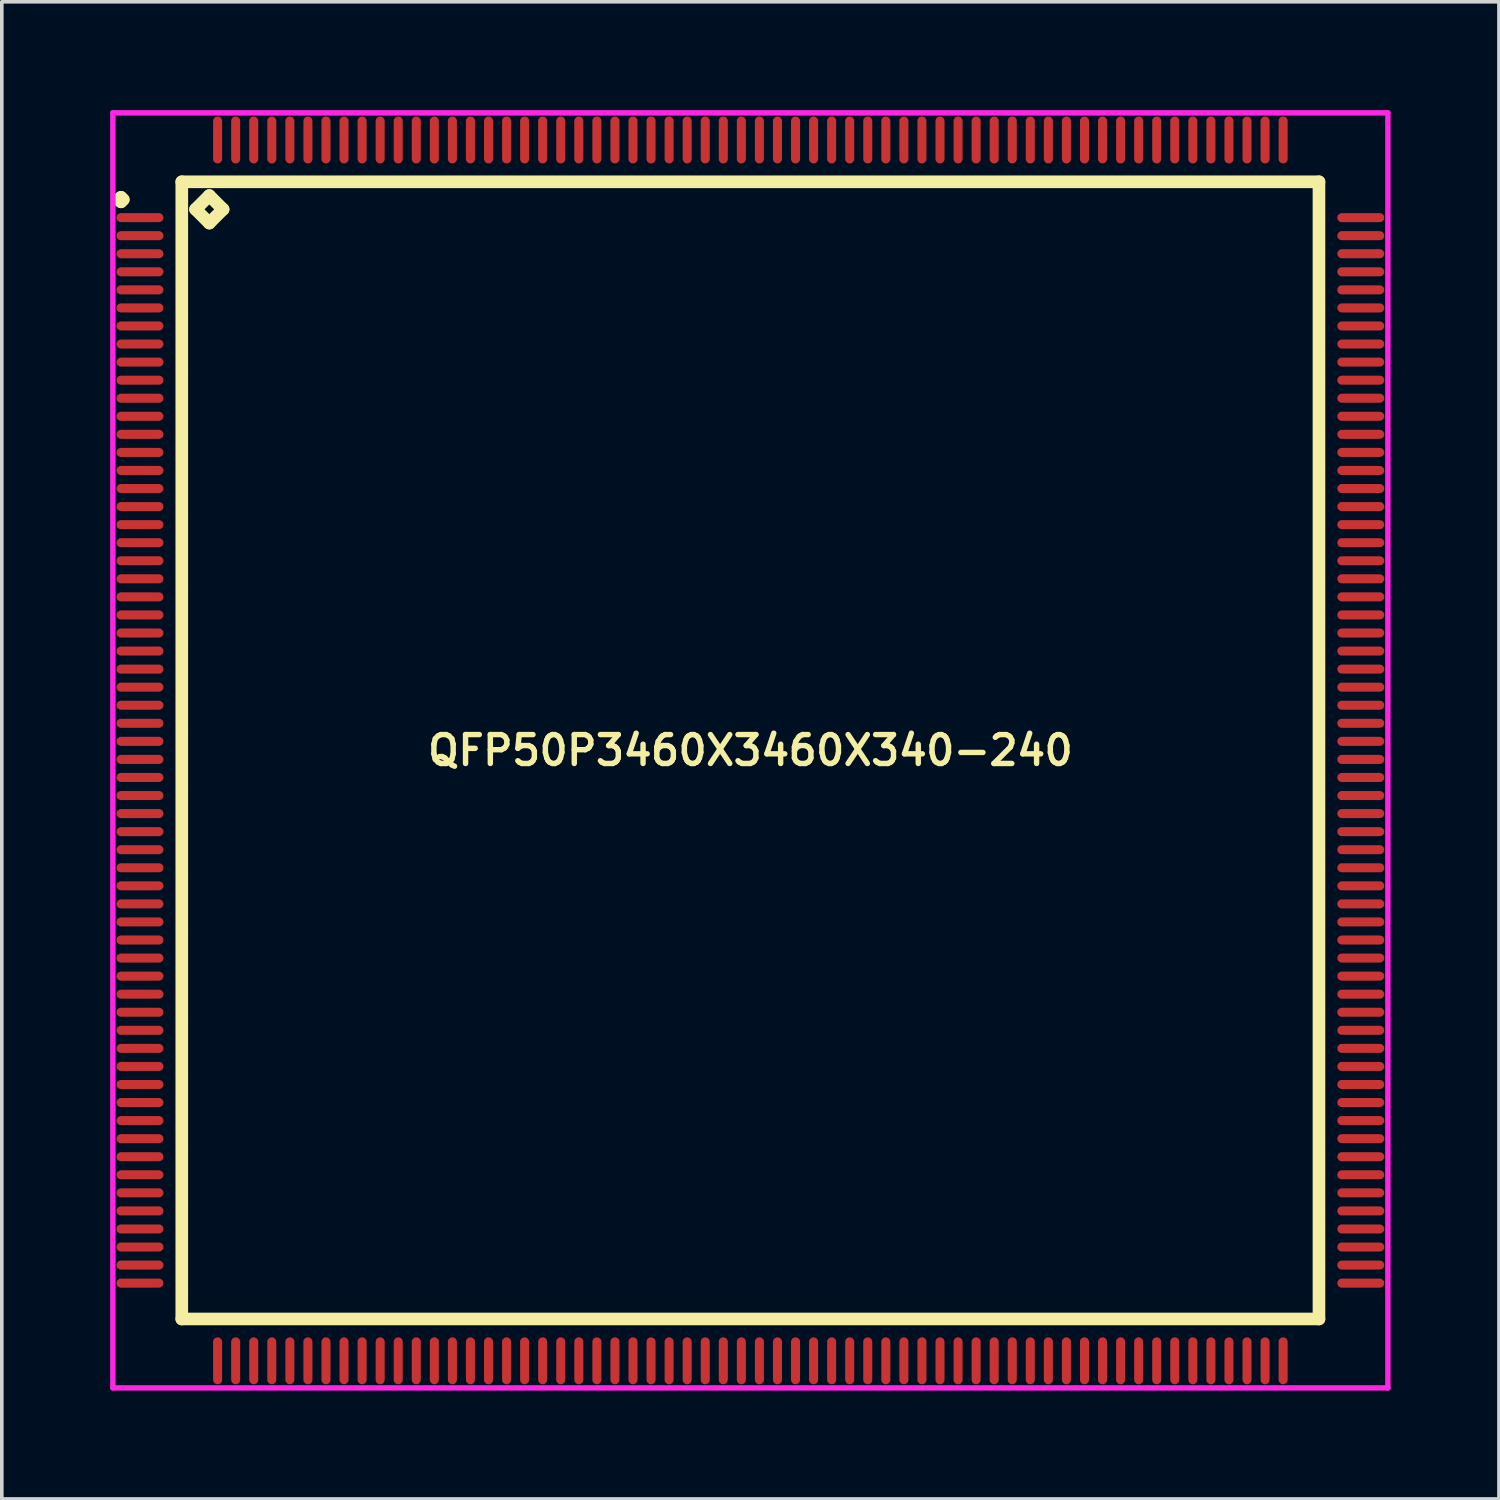
<source format=kicad_pcb>
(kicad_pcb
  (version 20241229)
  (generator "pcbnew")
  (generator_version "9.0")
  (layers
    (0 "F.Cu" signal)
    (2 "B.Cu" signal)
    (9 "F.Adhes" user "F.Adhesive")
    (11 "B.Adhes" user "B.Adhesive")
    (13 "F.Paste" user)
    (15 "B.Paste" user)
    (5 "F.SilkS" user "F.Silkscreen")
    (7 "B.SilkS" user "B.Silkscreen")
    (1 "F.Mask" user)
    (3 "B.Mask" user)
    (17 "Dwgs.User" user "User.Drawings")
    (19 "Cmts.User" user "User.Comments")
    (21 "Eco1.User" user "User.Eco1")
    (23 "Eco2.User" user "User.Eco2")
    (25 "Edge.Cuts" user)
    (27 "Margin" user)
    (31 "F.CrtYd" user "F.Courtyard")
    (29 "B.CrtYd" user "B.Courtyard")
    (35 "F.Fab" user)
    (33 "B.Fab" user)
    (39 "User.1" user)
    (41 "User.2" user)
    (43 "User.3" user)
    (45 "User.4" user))
  (footprint "QFP50P3460X3460X340-240"
    (layer "F.Cu")
    (at 17.725 17.725)
    (property "Reference" "QFP50P3460X3460X340-240" (at 0 0 0) (layer "F.SilkS") (effects (font (size 0.8 0.8) (thickness 0.15))))
    (attr smd)
    (fp_line (start -17.488 -15.25) (end -17.425 -15.312) (stroke (width 0.35) (type solid)) (layer "F.SilkS"))
    (fp_line (start -17.425 -15.312) (end -17.363 -15.25) (stroke (width 0.35) (type solid)) (layer "F.SilkS"))
    (fp_line (start -17.425 -15.188) (end -17.488 -15.25) (stroke (width 0.35) (type solid)) (layer "F.SilkS"))
    (fp_line (start -17.363 -15.25) (end -17.425 -15.188) (stroke (width 0.35) (type solid)) (layer "F.SilkS"))
    (fp_line (start -15.742 -15.742) (end -15.742 15.742) (stroke (width 0.35) (type solid)) (layer "F.SilkS"))
    (fp_line (start -15.742 15.742) (end 15.742 15.742) (stroke (width 0.35) (type solid)) (layer "F.SilkS"))
    (fp_line (start -15.361 -14.98) (end -14.98 -15.361) (stroke (width 0.35) (type solid)) (layer "F.SilkS"))
    (fp_line (start -14.98 -15.361) (end -14.599 -14.98) (stroke (width 0.35) (type solid)) (layer "F.SilkS"))
    (fp_line (start -14.98 -14.599) (end -15.361 -14.98) (stroke (width 0.35) (type solid)) (layer "F.SilkS"))
    (fp_line (start -14.599 -14.98) (end -14.98 -14.599) (stroke (width 0.35) (type solid)) (layer "F.SilkS"))
    (fp_line (start 15.742 -15.742) (end -15.742 -15.742) (stroke (width 0.35) (type solid)) (layer "F.SilkS"))
    (fp_line (start 15.742 15.742) (end 15.742 -15.742) (stroke (width 0.35) (type solid)) (layer "F.SilkS"))
    (fp_line (start -17.65 -17.65) (end 17.65 -17.65) (stroke (width 0.15) (type solid)) (layer "F.CrtYd"))
    (fp_line (start -17.65 17.65) (end -17.65 -17.65) (stroke (width 0.15) (type solid)) (layer "F.CrtYd"))
    (fp_line (start 17.65 -17.65) (end 17.65 17.65) (stroke (width 0.15) (type solid)) (layer "F.CrtYd"))
    (fp_line (start 17.65 17.65) (end -17.65 17.65) (stroke (width 0.15) (type solid)) (layer "F.CrtYd"))
    (pad "1" smd oval (at -16.9 -14.75) (size 1.3 0.25) (layers "F.Cu" "F.Mask" "F.Paste"))
    (pad "2" smd oval (at -16.9 -14.25) (size 1.3 0.25) (layers "F.Cu" "F.Mask" "F.Paste"))
    (pad "3" smd oval (at -16.9 -13.75) (size 1.3 0.25) (layers "F.Cu" "F.Mask" "F.Paste"))
    (pad "4" smd oval (at -16.9 -13.25) (size 1.3 0.25) (layers "F.Cu" "F.Mask" "F.Paste"))
    (pad "5" smd oval (at -16.9 -12.75) (size 1.3 0.25) (layers "F.Cu" "F.Mask" "F.Paste"))
    (pad "6" smd oval (at -16.9 -12.25) (size 1.3 0.25) (layers "F.Cu" "F.Mask" "F.Paste"))
    (pad "7" smd oval (at -16.9 -11.75) (size 1.3 0.25) (layers "F.Cu" "F.Mask" "F.Paste"))
    (pad "8" smd oval (at -16.9 -11.25) (size 1.3 0.25) (layers "F.Cu" "F.Mask" "F.Paste"))
    (pad "9" smd oval (at -16.9 -10.75) (size 1.3 0.25) (layers "F.Cu" "F.Mask" "F.Paste"))
    (pad "10" smd oval (at -16.9 -10.25) (size 1.3 0.25) (layers "F.Cu" "F.Mask" "F.Paste"))
    (pad "11" smd oval (at -16.9 -9.75) (size 1.3 0.25) (layers "F.Cu" "F.Mask" "F.Paste"))
    (pad "12" smd oval (at -16.9 -9.25) (size 1.3 0.25) (layers "F.Cu" "F.Mask" "F.Paste"))
    (pad "13" smd oval (at -16.9 -8.75) (size 1.3 0.25) (layers "F.Cu" "F.Mask" "F.Paste"))
    (pad "14" smd oval (at -16.9 -8.25) (size 1.3 0.25) (layers "F.Cu" "F.Mask" "F.Paste"))
    (pad "15" smd oval (at -16.9 -7.75) (size 1.3 0.25) (layers "F.Cu" "F.Mask" "F.Paste"))
    (pad "16" smd oval (at -16.9 -7.25) (size 1.3 0.25) (layers "F.Cu" "F.Mask" "F.Paste"))
    (pad "17" smd oval (at -16.9 -6.75) (size 1.3 0.25) (layers "F.Cu" "F.Mask" "F.Paste"))
    (pad "18" smd oval (at -16.9 -6.25) (size 1.3 0.25) (layers "F.Cu" "F.Mask" "F.Paste"))
    (pad "19" smd oval (at -16.9 -5.75) (size 1.3 0.25) (layers "F.Cu" "F.Mask" "F.Paste"))
    (pad "20" smd oval (at -16.9 -5.25) (size 1.3 0.25) (layers "F.Cu" "F.Mask" "F.Paste"))
    (pad "21" smd oval (at -16.9 -4.75) (size 1.3 0.25) (layers "F.Cu" "F.Mask" "F.Paste"))
    (pad "22" smd oval (at -16.9 -4.25) (size 1.3 0.25) (layers "F.Cu" "F.Mask" "F.Paste"))
    (pad "23" smd oval (at -16.9 -3.75) (size 1.3 0.25) (layers "F.Cu" "F.Mask" "F.Paste"))
    (pad "24" smd oval (at -16.9 -3.25) (size 1.3 0.25) (layers "F.Cu" "F.Mask" "F.Paste"))
    (pad "25" smd oval (at -16.9 -2.75) (size 1.3 0.25) (layers "F.Cu" "F.Mask" "F.Paste"))
    (pad "26" smd oval (at -16.9 -2.25) (size 1.3 0.25) (layers "F.Cu" "F.Mask" "F.Paste"))
    (pad "27" smd oval (at -16.9 -1.75) (size 1.3 0.25) (layers "F.Cu" "F.Mask" "F.Paste"))
    (pad "28" smd oval (at -16.9 -1.25) (size 1.3 0.25) (layers "F.Cu" "F.Mask" "F.Paste"))
    (pad "29" smd oval (at -16.9 -0.75) (size 1.3 0.25) (layers "F.Cu" "F.Mask" "F.Paste"))
    (pad "30" smd oval (at -16.9 -0.25) (size 1.3 0.25) (layers "F.Cu" "F.Mask" "F.Paste"))
    (pad "31" smd oval (at -16.9 0.25) (size 1.3 0.25) (layers "F.Cu" "F.Mask" "F.Paste"))
    (pad "32" smd oval (at -16.9 0.75) (size 1.3 0.25) (layers "F.Cu" "F.Mask" "F.Paste"))
    (pad "33" smd oval (at -16.9 1.25) (size 1.3 0.25) (layers "F.Cu" "F.Mask" "F.Paste"))
    (pad "34" smd oval (at -16.9 1.75) (size 1.3 0.25) (layers "F.Cu" "F.Mask" "F.Paste"))
    (pad "35" smd oval (at -16.9 2.25) (size 1.3 0.25) (layers "F.Cu" "F.Mask" "F.Paste"))
    (pad "36" smd oval (at -16.9 2.75) (size 1.3 0.25) (layers "F.Cu" "F.Mask" "F.Paste"))
    (pad "37" smd oval (at -16.9 3.25) (size 1.3 0.25) (layers "F.Cu" "F.Mask" "F.Paste"))
    (pad "38" smd oval (at -16.9 3.75) (size 1.3 0.25) (layers "F.Cu" "F.Mask" "F.Paste"))
    (pad "39" smd oval (at -16.9 4.25) (size 1.3 0.25) (layers "F.Cu" "F.Mask" "F.Paste"))
    (pad "40" smd oval (at -16.9 4.75) (size 1.3 0.25) (layers "F.Cu" "F.Mask" "F.Paste"))
    (pad "41" smd oval (at -16.9 5.25) (size 1.3 0.25) (layers "F.Cu" "F.Mask" "F.Paste"))
    (pad "42" smd oval (at -16.9 5.75) (size 1.3 0.25) (layers "F.Cu" "F.Mask" "F.Paste"))
    (pad "43" smd oval (at -16.9 6.25) (size 1.3 0.25) (layers "F.Cu" "F.Mask" "F.Paste"))
    (pad "44" smd oval (at -16.9 6.75) (size 1.3 0.25) (layers "F.Cu" "F.Mask" "F.Paste"))
    (pad "45" smd oval (at -16.9 7.25) (size 1.3 0.25) (layers "F.Cu" "F.Mask" "F.Paste"))
    (pad "46" smd oval (at -16.9 7.75) (size 1.3 0.25) (layers "F.Cu" "F.Mask" "F.Paste"))
    (pad "47" smd oval (at -16.9 8.25) (size 1.3 0.25) (layers "F.Cu" "F.Mask" "F.Paste"))
    (pad "48" smd oval (at -16.9 8.75) (size 1.3 0.25) (layers "F.Cu" "F.Mask" "F.Paste"))
    (pad "49" smd oval (at -16.9 9.25) (size 1.3 0.25) (layers "F.Cu" "F.Mask" "F.Paste"))
    (pad "50" smd oval (at -16.9 9.75) (size 1.3 0.25) (layers "F.Cu" "F.Mask" "F.Paste"))
    (pad "51" smd oval (at -16.9 10.25) (size 1.3 0.25) (layers "F.Cu" "F.Mask" "F.Paste"))
    (pad "52" smd oval (at -16.9 10.75) (size 1.3 0.25) (layers "F.Cu" "F.Mask" "F.Paste"))
    (pad "53" smd oval (at -16.9 11.25) (size 1.3 0.25) (layers "F.Cu" "F.Mask" "F.Paste"))
    (pad "54" smd oval (at -16.9 11.75) (size 1.3 0.25) (layers "F.Cu" "F.Mask" "F.Paste"))
    (pad "55" smd oval (at -16.9 12.25) (size 1.3 0.25) (layers "F.Cu" "F.Mask" "F.Paste"))
    (pad "56" smd oval (at -16.9 12.75) (size 1.3 0.25) (layers "F.Cu" "F.Mask" "F.Paste"))
    (pad "57" smd oval (at -16.9 13.25) (size 1.3 0.25) (layers "F.Cu" "F.Mask" "F.Paste"))
    (pad "58" smd oval (at -16.9 13.75) (size 1.3 0.25) (layers "F.Cu" "F.Mask" "F.Paste"))
    (pad "59" smd oval (at -16.9 14.25) (size 1.3 0.25) (layers "F.Cu" "F.Mask" "F.Paste"))
    (pad "60" smd oval (at -16.9 14.75) (size 1.3 0.25) (layers "F.Cu" "F.Mask" "F.Paste"))
    (pad "61" smd oval (at -14.75 16.9) (size 0.25 1.3) (layers "F.Cu" "F.Mask" "F.Paste"))
    (pad "62" smd oval (at -14.25 16.9) (size 0.25 1.3) (layers "F.Cu" "F.Mask" "F.Paste"))
    (pad "63" smd oval (at -13.75 16.9) (size 0.25 1.3) (layers "F.Cu" "F.Mask" "F.Paste"))
    (pad "64" smd oval (at -13.25 16.9) (size 0.25 1.3) (layers "F.Cu" "F.Mask" "F.Paste"))
    (pad "65" smd oval (at -12.75 16.9) (size 0.25 1.3) (layers "F.Cu" "F.Mask" "F.Paste"))
    (pad "66" smd oval (at -12.25 16.9) (size 0.25 1.3) (layers "F.Cu" "F.Mask" "F.Paste"))
    (pad "67" smd oval (at -11.75 16.9) (size 0.25 1.3) (layers "F.Cu" "F.Mask" "F.Paste"))
    (pad "68" smd oval (at -11.25 16.9) (size 0.25 1.3) (layers "F.Cu" "F.Mask" "F.Paste"))
    (pad "69" smd oval (at -10.75 16.9) (size 0.25 1.3) (layers "F.Cu" "F.Mask" "F.Paste"))
    (pad "70" smd oval (at -10.25 16.9) (size 0.25 1.3) (layers "F.Cu" "F.Mask" "F.Paste"))
    (pad "71" smd oval (at -9.75 16.9) (size 0.25 1.3) (layers "F.Cu" "F.Mask" "F.Paste"))
    (pad "72" smd oval (at -9.25 16.9) (size 0.25 1.3) (layers "F.Cu" "F.Mask" "F.Paste"))
    (pad "73" smd oval (at -8.75 16.9) (size 0.25 1.3) (layers "F.Cu" "F.Mask" "F.Paste"))
    (pad "74" smd oval (at -8.25 16.9) (size 0.25 1.3) (layers "F.Cu" "F.Mask" "F.Paste"))
    (pad "75" smd oval (at -7.75 16.9) (size 0.25 1.3) (layers "F.Cu" "F.Mask" "F.Paste"))
    (pad "76" smd oval (at -7.25 16.9) (size 0.25 1.3) (layers "F.Cu" "F.Mask" "F.Paste"))
    (pad "77" smd oval (at -6.75 16.9) (size 0.25 1.3) (layers "F.Cu" "F.Mask" "F.Paste"))
    (pad "78" smd oval (at -6.25 16.9) (size 0.25 1.3) (layers "F.Cu" "F.Mask" "F.Paste"))
    (pad "79" smd oval (at -5.75 16.9) (size 0.25 1.3) (layers "F.Cu" "F.Mask" "F.Paste"))
    (pad "80" smd oval (at -5.25 16.9) (size 0.25 1.3) (layers "F.Cu" "F.Mask" "F.Paste"))
    (pad "81" smd oval (at -4.75 16.9) (size 0.25 1.3) (layers "F.Cu" "F.Mask" "F.Paste"))
    (pad "82" smd oval (at -4.25 16.9) (size 0.25 1.3) (layers "F.Cu" "F.Mask" "F.Paste"))
    (pad "83" smd oval (at -3.75 16.9) (size 0.25 1.3) (layers "F.Cu" "F.Mask" "F.Paste"))
    (pad "84" smd oval (at -3.25 16.9) (size 0.25 1.3) (layers "F.Cu" "F.Mask" "F.Paste"))
    (pad "85" smd oval (at -2.75 16.9) (size 0.25 1.3) (layers "F.Cu" "F.Mask" "F.Paste"))
    (pad "86" smd oval (at -2.25 16.9) (size 0.25 1.3) (layers "F.Cu" "F.Mask" "F.Paste"))
    (pad "87" smd oval (at -1.75 16.9) (size 0.25 1.3) (layers "F.Cu" "F.Mask" "F.Paste"))
    (pad "88" smd oval (at -1.25 16.9) (size 0.25 1.3) (layers "F.Cu" "F.Mask" "F.Paste"))
    (pad "89" smd oval (at -0.75 16.9) (size 0.25 1.3) (layers "F.Cu" "F.Mask" "F.Paste"))
    (pad "90" smd oval (at -0.25 16.9) (size 0.25 1.3) (layers "F.Cu" "F.Mask" "F.Paste"))
    (pad "91" smd oval (at 0.25 16.9) (size 0.25 1.3) (layers "F.Cu" "F.Mask" "F.Paste"))
    (pad "92" smd oval (at 0.75 16.9) (size 0.25 1.3) (layers "F.Cu" "F.Mask" "F.Paste"))
    (pad "93" smd oval (at 1.25 16.9) (size 0.25 1.3) (layers "F.Cu" "F.Mask" "F.Paste"))
    (pad "94" smd oval (at 1.75 16.9) (size 0.25 1.3) (layers "F.Cu" "F.Mask" "F.Paste"))
    (pad "95" smd oval (at 2.25 16.9) (size 0.25 1.3) (layers "F.Cu" "F.Mask" "F.Paste"))
    (pad "96" smd oval (at 2.75 16.9) (size 0.25 1.3) (layers "F.Cu" "F.Mask" "F.Paste"))
    (pad "97" smd oval (at 3.25 16.9) (size 0.25 1.3) (layers "F.Cu" "F.Mask" "F.Paste"))
    (pad "98" smd oval (at 3.75 16.9) (size 0.25 1.3) (layers "F.Cu" "F.Mask" "F.Paste"))
    (pad "99" smd oval (at 4.25 16.9) (size 0.25 1.3) (layers "F.Cu" "F.Mask" "F.Paste"))
    (pad "100" smd oval (at 4.75 16.9) (size 0.25 1.3) (layers "F.Cu" "F.Mask" "F.Paste"))
    (pad "101" smd oval (at 5.25 16.9) (size 0.25 1.3) (layers "F.Cu" "F.Mask" "F.Paste"))
    (pad "102" smd oval (at 5.75 16.9) (size 0.25 1.3) (layers "F.Cu" "F.Mask" "F.Paste"))
    (pad "103" smd oval (at 6.25 16.9) (size 0.25 1.3) (layers "F.Cu" "F.Mask" "F.Paste"))
    (pad "104" smd oval (at 6.75 16.9) (size 0.25 1.3) (layers "F.Cu" "F.Mask" "F.Paste"))
    (pad "105" smd oval (at 7.25 16.9) (size 0.25 1.3) (layers "F.Cu" "F.Mask" "F.Paste"))
    (pad "106" smd oval (at 7.75 16.9) (size 0.25 1.3) (layers "F.Cu" "F.Mask" "F.Paste"))
    (pad "107" smd oval (at 8.25 16.9) (size 0.25 1.3) (layers "F.Cu" "F.Mask" "F.Paste"))
    (pad "108" smd oval (at 8.75 16.9) (size 0.25 1.3) (layers "F.Cu" "F.Mask" "F.Paste"))
    (pad "109" smd oval (at 9.25 16.9) (size 0.25 1.3) (layers "F.Cu" "F.Mask" "F.Paste"))
    (pad "110" smd oval (at 9.75 16.9) (size 0.25 1.3) (layers "F.Cu" "F.Mask" "F.Paste"))
    (pad "111" smd oval (at 10.25 16.9) (size 0.25 1.3) (layers "F.Cu" "F.Mask" "F.Paste"))
    (pad "112" smd oval (at 10.75 16.9) (size 0.25 1.3) (layers "F.Cu" "F.Mask" "F.Paste"))
    (pad "113" smd oval (at 11.25 16.9) (size 0.25 1.3) (layers "F.Cu" "F.Mask" "F.Paste"))
    (pad "114" smd oval (at 11.75 16.9) (size 0.25 1.3) (layers "F.Cu" "F.Mask" "F.Paste"))
    (pad "115" smd oval (at 12.25 16.9) (size 0.25 1.3) (layers "F.Cu" "F.Mask" "F.Paste"))
    (pad "116" smd oval (at 12.75 16.9) (size 0.25 1.3) (layers "F.Cu" "F.Mask" "F.Paste"))
    (pad "117" smd oval (at 13.25 16.9) (size 0.25 1.3) (layers "F.Cu" "F.Mask" "F.Paste"))
    (pad "118" smd oval (at 13.75 16.9) (size 0.25 1.3) (layers "F.Cu" "F.Mask" "F.Paste"))
    (pad "119" smd oval (at 14.25 16.9) (size 0.25 1.3) (layers "F.Cu" "F.Mask" "F.Paste"))
    (pad "120" smd oval (at 14.75 16.9) (size 0.25 1.3) (layers "F.Cu" "F.Mask" "F.Paste"))
    (pad "121" smd oval (at 16.9 14.75) (size 1.3 0.25) (layers "F.Cu" "F.Mask" "F.Paste"))
    (pad "122" smd oval (at 16.9 14.25) (size 1.3 0.25) (layers "F.Cu" "F.Mask" "F.Paste"))
    (pad "123" smd oval (at 16.9 13.75) (size 1.3 0.25) (layers "F.Cu" "F.Mask" "F.Paste"))
    (pad "124" smd oval (at 16.9 13.25) (size 1.3 0.25) (layers "F.Cu" "F.Mask" "F.Paste"))
    (pad "125" smd oval (at 16.9 12.75) (size 1.3 0.25) (layers "F.Cu" "F.Mask" "F.Paste"))
    (pad "126" smd oval (at 16.9 12.25) (size 1.3 0.25) (layers "F.Cu" "F.Mask" "F.Paste"))
    (pad "127" smd oval (at 16.9 11.75) (size 1.3 0.25) (layers "F.Cu" "F.Mask" "F.Paste"))
    (pad "128" smd oval (at 16.9 11.25) (size 1.3 0.25) (layers "F.Cu" "F.Mask" "F.Paste"))
    (pad "129" smd oval (at 16.9 10.75) (size 1.3 0.25) (layers "F.Cu" "F.Mask" "F.Paste"))
    (pad "130" smd oval (at 16.9 10.25) (size 1.3 0.25) (layers "F.Cu" "F.Mask" "F.Paste"))
    (pad "131" smd oval (at 16.9 9.75) (size 1.3 0.25) (layers "F.Cu" "F.Mask" "F.Paste"))
    (pad "132" smd oval (at 16.9 9.25) (size 1.3 0.25) (layers "F.Cu" "F.Mask" "F.Paste"))
    (pad "133" smd oval (at 16.9 8.75) (size 1.3 0.25) (layers "F.Cu" "F.Mask" "F.Paste"))
    (pad "134" smd oval (at 16.9 8.25) (size 1.3 0.25) (layers "F.Cu" "F.Mask" "F.Paste"))
    (pad "135" smd oval (at 16.9 7.75) (size 1.3 0.25) (layers "F.Cu" "F.Mask" "F.Paste"))
    (pad "136" smd oval (at 16.9 7.25) (size 1.3 0.25) (layers "F.Cu" "F.Mask" "F.Paste"))
    (pad "137" smd oval (at 16.9 6.75) (size 1.3 0.25) (layers "F.Cu" "F.Mask" "F.Paste"))
    (pad "138" smd oval (at 16.9 6.25) (size 1.3 0.25) (layers "F.Cu" "F.Mask" "F.Paste"))
    (pad "139" smd oval (at 16.9 5.75) (size 1.3 0.25) (layers "F.Cu" "F.Mask" "F.Paste"))
    (pad "140" smd oval (at 16.9 5.25) (size 1.3 0.25) (layers "F.Cu" "F.Mask" "F.Paste"))
    (pad "141" smd oval (at 16.9 4.75) (size 1.3 0.25) (layers "F.Cu" "F.Mask" "F.Paste"))
    (pad "142" smd oval (at 16.9 4.25) (size 1.3 0.25) (layers "F.Cu" "F.Mask" "F.Paste"))
    (pad "143" smd oval (at 16.9 3.75) (size 1.3 0.25) (layers "F.Cu" "F.Mask" "F.Paste"))
    (pad "144" smd oval (at 16.9 3.25) (size 1.3 0.25) (layers "F.Cu" "F.Mask" "F.Paste"))
    (pad "145" smd oval (at 16.9 2.75) (size 1.3 0.25) (layers "F.Cu" "F.Mask" "F.Paste"))
    (pad "146" smd oval (at 16.9 2.25) (size 1.3 0.25) (layers "F.Cu" "F.Mask" "F.Paste"))
    (pad "147" smd oval (at 16.9 1.75) (size 1.3 0.25) (layers "F.Cu" "F.Mask" "F.Paste"))
    (pad "148" smd oval (at 16.9 1.25) (size 1.3 0.25) (layers "F.Cu" "F.Mask" "F.Paste"))
    (pad "149" smd oval (at 16.9 0.75) (size 1.3 0.25) (layers "F.Cu" "F.Mask" "F.Paste"))
    (pad "150" smd oval (at 16.9 0.25) (size 1.3 0.25) (layers "F.Cu" "F.Mask" "F.Paste"))
    (pad "151" smd oval (at 16.9 -0.25) (size 1.3 0.25) (layers "F.Cu" "F.Mask" "F.Paste"))
    (pad "152" smd oval (at 16.9 -0.75) (size 1.3 0.25) (layers "F.Cu" "F.Mask" "F.Paste"))
    (pad "153" smd oval (at 16.9 -1.25) (size 1.3 0.25) (layers "F.Cu" "F.Mask" "F.Paste"))
    (pad "154" smd oval (at 16.9 -1.75) (size 1.3 0.25) (layers "F.Cu" "F.Mask" "F.Paste"))
    (pad "155" smd oval (at 16.9 -2.25) (size 1.3 0.25) (layers "F.Cu" "F.Mask" "F.Paste"))
    (pad "156" smd oval (at 16.9 -2.75) (size 1.3 0.25) (layers "F.Cu" "F.Mask" "F.Paste"))
    (pad "157" smd oval (at 16.9 -3.25) (size 1.3 0.25) (layers "F.Cu" "F.Mask" "F.Paste"))
    (pad "158" smd oval (at 16.9 -3.75) (size 1.3 0.25) (layers "F.Cu" "F.Mask" "F.Paste"))
    (pad "159" smd oval (at 16.9 -4.25) (size 1.3 0.25) (layers "F.Cu" "F.Mask" "F.Paste"))
    (pad "160" smd oval (at 16.9 -4.75) (size 1.3 0.25) (layers "F.Cu" "F.Mask" "F.Paste"))
    (pad "161" smd oval (at 16.9 -5.25) (size 1.3 0.25) (layers "F.Cu" "F.Mask" "F.Paste"))
    (pad "162" smd oval (at 16.9 -5.75) (size 1.3 0.25) (layers "F.Cu" "F.Mask" "F.Paste"))
    (pad "163" smd oval (at 16.9 -6.25) (size 1.3 0.25) (layers "F.Cu" "F.Mask" "F.Paste"))
    (pad "164" smd oval (at 16.9 -6.75) (size 1.3 0.25) (layers "F.Cu" "F.Mask" "F.Paste"))
    (pad "165" smd oval (at 16.9 -7.25) (size 1.3 0.25) (layers "F.Cu" "F.Mask" "F.Paste"))
    (pad "166" smd oval (at 16.9 -7.75) (size 1.3 0.25) (layers "F.Cu" "F.Mask" "F.Paste"))
    (pad "167" smd oval (at 16.9 -8.25) (size 1.3 0.25) (layers "F.Cu" "F.Mask" "F.Paste"))
    (pad "168" smd oval (at 16.9 -8.75) (size 1.3 0.25) (layers "F.Cu" "F.Mask" "F.Paste"))
    (pad "169" smd oval (at 16.9 -9.25) (size 1.3 0.25) (layers "F.Cu" "F.Mask" "F.Paste"))
    (pad "170" smd oval (at 16.9 -9.75) (size 1.3 0.25) (layers "F.Cu" "F.Mask" "F.Paste"))
    (pad "171" smd oval (at 16.9 -10.25) (size 1.3 0.25) (layers "F.Cu" "F.Mask" "F.Paste"))
    (pad "172" smd oval (at 16.9 -10.75) (size 1.3 0.25) (layers "F.Cu" "F.Mask" "F.Paste"))
    (pad "173" smd oval (at 16.9 -11.25) (size 1.3 0.25) (layers "F.Cu" "F.Mask" "F.Paste"))
    (pad "174" smd oval (at 16.9 -11.75) (size 1.3 0.25) (layers "F.Cu" "F.Mask" "F.Paste"))
    (pad "175" smd oval (at 16.9 -12.25) (size 1.3 0.25) (layers "F.Cu" "F.Mask" "F.Paste"))
    (pad "176" smd oval (at 16.9 -12.75) (size 1.3 0.25) (layers "F.Cu" "F.Mask" "F.Paste"))
    (pad "177" smd oval (at 16.9 -13.25) (size 1.3 0.25) (layers "F.Cu" "F.Mask" "F.Paste"))
    (pad "178" smd oval (at 16.9 -13.75) (size 1.3 0.25) (layers "F.Cu" "F.Mask" "F.Paste"))
    (pad "179" smd oval (at 16.9 -14.25) (size 1.3 0.25) (layers "F.Cu" "F.Mask" "F.Paste"))
    (pad "180" smd oval (at 16.9 -14.75) (size 1.3 0.25) (layers "F.Cu" "F.Mask" "F.Paste"))
    (pad "181" smd oval (at 14.75 -16.9) (size 0.25 1.3) (layers "F.Cu" "F.Mask" "F.Paste"))
    (pad "182" smd oval (at 14.25 -16.9) (size 0.25 1.3) (layers "F.Cu" "F.Mask" "F.Paste"))
    (pad "183" smd oval (at 13.75 -16.9) (size 0.25 1.3) (layers "F.Cu" "F.Mask" "F.Paste"))
    (pad "184" smd oval (at 13.25 -16.9) (size 0.25 1.3) (layers "F.Cu" "F.Mask" "F.Paste"))
    (pad "185" smd oval (at 12.75 -16.9) (size 0.25 1.3) (layers "F.Cu" "F.Mask" "F.Paste"))
    (pad "186" smd oval (at 12.25 -16.9) (size 0.25 1.3) (layers "F.Cu" "F.Mask" "F.Paste"))
    (pad "187" smd oval (at 11.75 -16.9) (size 0.25 1.3) (layers "F.Cu" "F.Mask" "F.Paste"))
    (pad "188" smd oval (at 11.25 -16.9) (size 0.25 1.3) (layers "F.Cu" "F.Mask" "F.Paste"))
    (pad "189" smd oval (at 10.75 -16.9) (size 0.25 1.3) (layers "F.Cu" "F.Mask" "F.Paste"))
    (pad "190" smd oval (at 10.25 -16.9) (size 0.25 1.3) (layers "F.Cu" "F.Mask" "F.Paste"))
    (pad "191" smd oval (at 9.75 -16.9) (size 0.25 1.3) (layers "F.Cu" "F.Mask" "F.Paste"))
    (pad "192" smd oval (at 9.25 -16.9) (size 0.25 1.3) (layers "F.Cu" "F.Mask" "F.Paste"))
    (pad "193" smd oval (at 8.75 -16.9) (size 0.25 1.3) (layers "F.Cu" "F.Mask" "F.Paste"))
    (pad "194" smd oval (at 8.25 -16.9) (size 0.25 1.3) (layers "F.Cu" "F.Mask" "F.Paste"))
    (pad "195" smd oval (at 7.75 -16.9) (size 0.25 1.3) (layers "F.Cu" "F.Mask" "F.Paste"))
    (pad "196" smd oval (at 7.25 -16.9) (size 0.25 1.3) (layers "F.Cu" "F.Mask" "F.Paste"))
    (pad "197" smd oval (at 6.75 -16.9) (size 0.25 1.3) (layers "F.Cu" "F.Mask" "F.Paste"))
    (pad "198" smd oval (at 6.25 -16.9) (size 0.25 1.3) (layers "F.Cu" "F.Mask" "F.Paste"))
    (pad "199" smd oval (at 5.75 -16.9) (size 0.25 1.3) (layers "F.Cu" "F.Mask" "F.Paste"))
    (pad "200" smd oval (at 5.25 -16.9) (size 0.25 1.3) (layers "F.Cu" "F.Mask" "F.Paste"))
    (pad "201" smd oval (at 4.75 -16.9) (size 0.25 1.3) (layers "F.Cu" "F.Mask" "F.Paste"))
    (pad "202" smd oval (at 4.25 -16.9) (size 0.25 1.3) (layers "F.Cu" "F.Mask" "F.Paste"))
    (pad "203" smd oval (at 3.75 -16.9) (size 0.25 1.3) (layers "F.Cu" "F.Mask" "F.Paste"))
    (pad "204" smd oval (at 3.25 -16.9) (size 0.25 1.3) (layers "F.Cu" "F.Mask" "F.Paste"))
    (pad "205" smd oval (at 2.75 -16.9) (size 0.25 1.3) (layers "F.Cu" "F.Mask" "F.Paste"))
    (pad "206" smd oval (at 2.25 -16.9) (size 0.25 1.3) (layers "F.Cu" "F.Mask" "F.Paste"))
    (pad "207" smd oval (at 1.75 -16.9) (size 0.25 1.3) (layers "F.Cu" "F.Mask" "F.Paste"))
    (pad "208" smd oval (at 1.25 -16.9) (size 0.25 1.3) (layers "F.Cu" "F.Mask" "F.Paste"))
    (pad "209" smd oval (at 0.75 -16.9) (size 0.25 1.3) (layers "F.Cu" "F.Mask" "F.Paste"))
    (pad "210" smd oval (at 0.25 -16.9) (size 0.25 1.3) (layers "F.Cu" "F.Mask" "F.Paste"))
    (pad "211" smd oval (at -0.25 -16.9) (size 0.25 1.3) (layers "F.Cu" "F.Mask" "F.Paste"))
    (pad "212" smd oval (at -0.75 -16.9) (size 0.25 1.3) (layers "F.Cu" "F.Mask" "F.Paste"))
    (pad "213" smd oval (at -1.25 -16.9) (size 0.25 1.3) (layers "F.Cu" "F.Mask" "F.Paste"))
    (pad "214" smd oval (at -1.75 -16.9) (size 0.25 1.3) (layers "F.Cu" "F.Mask" "F.Paste"))
    (pad "215" smd oval (at -2.25 -16.9) (size 0.25 1.3) (layers "F.Cu" "F.Mask" "F.Paste"))
    (pad "216" smd oval (at -2.75 -16.9) (size 0.25 1.3) (layers "F.Cu" "F.Mask" "F.Paste"))
    (pad "217" smd oval (at -3.25 -16.9) (size 0.25 1.3) (layers "F.Cu" "F.Mask" "F.Paste"))
    (pad "218" smd oval (at -3.75 -16.9) (size 0.25 1.3) (layers "F.Cu" "F.Mask" "F.Paste"))
    (pad "219" smd oval (at -4.25 -16.9) (size 0.25 1.3) (layers "F.Cu" "F.Mask" "F.Paste"))
    (pad "220" smd oval (at -4.75 -16.9) (size 0.25 1.3) (layers "F.Cu" "F.Mask" "F.Paste"))
    (pad "221" smd oval (at -5.25 -16.9) (size 0.25 1.3) (layers "F.Cu" "F.Mask" "F.Paste"))
    (pad "222" smd oval (at -5.75 -16.9) (size 0.25 1.3) (layers "F.Cu" "F.Mask" "F.Paste"))
    (pad "223" smd oval (at -6.25 -16.9) (size 0.25 1.3) (layers "F.Cu" "F.Mask" "F.Paste"))
    (pad "224" smd oval (at -6.75 -16.9) (size 0.25 1.3) (layers "F.Cu" "F.Mask" "F.Paste"))
    (pad "225" smd oval (at -7.25 -16.9) (size 0.25 1.3) (layers "F.Cu" "F.Mask" "F.Paste"))
    (pad "226" smd oval (at -7.75 -16.9) (size 0.25 1.3) (layers "F.Cu" "F.Mask" "F.Paste"))
    (pad "227" smd oval (at -8.25 -16.9) (size 0.25 1.3) (layers "F.Cu" "F.Mask" "F.Paste"))
    (pad "228" smd oval (at -8.75 -16.9) (size 0.25 1.3) (layers "F.Cu" "F.Mask" "F.Paste"))
    (pad "229" smd oval (at -9.25 -16.9) (size 0.25 1.3) (layers "F.Cu" "F.Mask" "F.Paste"))
    (pad "230" smd oval (at -9.75 -16.9) (size 0.25 1.3) (layers "F.Cu" "F.Mask" "F.Paste"))
    (pad "231" smd oval (at -10.25 -16.9) (size 0.25 1.3) (layers "F.Cu" "F.Mask" "F.Paste"))
    (pad "232" smd oval (at -10.75 -16.9) (size 0.25 1.3) (layers "F.Cu" "F.Mask" "F.Paste"))
    (pad "233" smd oval (at -11.25 -16.9) (size 0.25 1.3) (layers "F.Cu" "F.Mask" "F.Paste"))
    (pad "234" smd oval (at -11.75 -16.9) (size 0.25 1.3) (layers "F.Cu" "F.Mask" "F.Paste"))
    (pad "235" smd oval (at -12.25 -16.9) (size 0.25 1.3) (layers "F.Cu" "F.Mask" "F.Paste"))
    (pad "236" smd oval (at -12.75 -16.9) (size 0.25 1.3) (layers "F.Cu" "F.Mask" "F.Paste"))
    (pad "237" smd oval (at -13.25 -16.9) (size 0.25 1.3) (layers "F.Cu" "F.Mask" "F.Paste"))
    (pad "238" smd oval (at -13.75 -16.9) (size 0.25 1.3) (layers "F.Cu" "F.Mask" "F.Paste"))
    (pad "239" smd oval (at -14.25 -16.9) (size 0.25 1.3) (layers "F.Cu" "F.Mask" "F.Paste"))
    (pad "240" smd oval (at -14.75 -16.9) (size 0.25 1.3) (layers "F.Cu" "F.Mask" "F.Paste")))
  (gr_rect
    (start -3 -3)
    (end 38.45 38.45)
    (stroke (width 0.1) (type default))
    (fill no)
    (layer "Edge.Cuts")))
</source>
